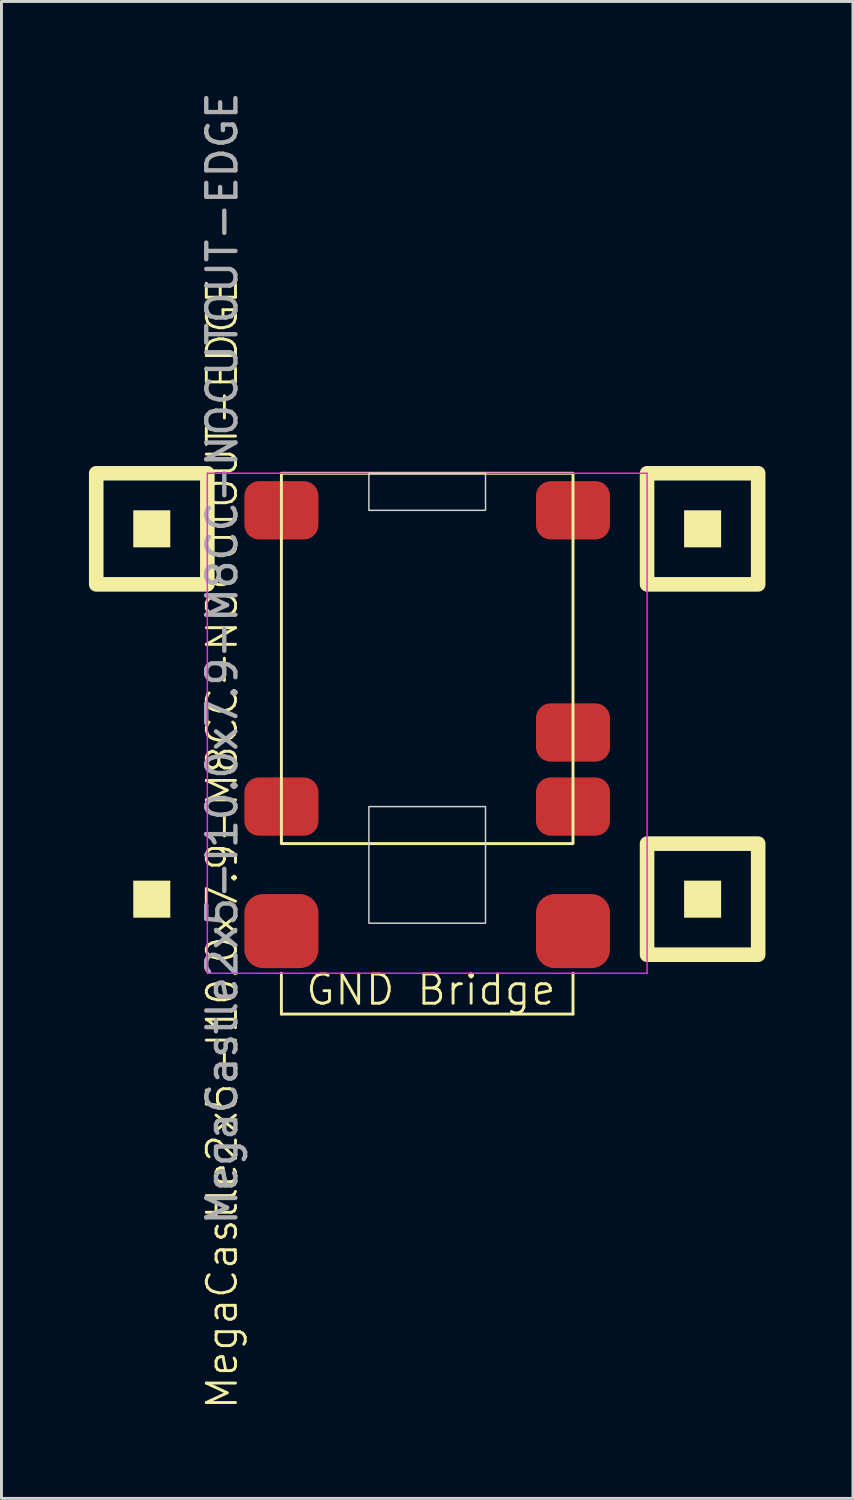
<source format=kicad_pcb>
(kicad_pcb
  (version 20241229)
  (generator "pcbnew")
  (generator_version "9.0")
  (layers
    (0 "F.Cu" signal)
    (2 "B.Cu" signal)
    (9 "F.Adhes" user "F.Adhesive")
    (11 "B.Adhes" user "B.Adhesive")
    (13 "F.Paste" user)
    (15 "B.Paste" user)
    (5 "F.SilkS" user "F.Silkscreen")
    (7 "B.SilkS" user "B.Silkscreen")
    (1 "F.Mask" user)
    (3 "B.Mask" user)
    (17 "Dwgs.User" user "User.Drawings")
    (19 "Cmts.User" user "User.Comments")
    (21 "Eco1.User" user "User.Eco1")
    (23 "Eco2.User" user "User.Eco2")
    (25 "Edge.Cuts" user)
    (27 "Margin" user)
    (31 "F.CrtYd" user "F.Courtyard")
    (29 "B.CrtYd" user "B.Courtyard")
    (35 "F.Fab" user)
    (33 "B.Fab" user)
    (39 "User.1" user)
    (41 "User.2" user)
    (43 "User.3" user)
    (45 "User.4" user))
  (footprint "MegaCastle2x5-I10.0x7.9-M8CC-NOCUTOUT-EDGE"
    (layer "F.Cu")
    (at 11.6 19.53)
    (property "Reference" "MegaCastle2x5-I10.0x7.9-M8CC-NOCUTOUT-EDGE" (at -7.032 6.35 90) (unlocked yes) (layer "F.SilkS") (effects (font (size 1 1) (thickness 0.1))))
    (attr smd)
    (fp_line (start -5 10.795) (end -5 12.195) (stroke (width 0.1) (type default)) (layer "F.SilkS"))
    (fp_line (start -5 12.195) (end 5 12.195) (stroke (width 0.1) (type default)) (layer "F.SilkS"))
    (fp_line (start 5 10.795) (end 5 12.195) (stroke (width 0.1) (type default)) (layer "F.SilkS"))
    (fp_rect (start -8.81 -3.81) (end -10.08 -5.08) (stroke (width 0) (type solid)) (fill yes) (layer "F.SilkS"))
    (fp_rect (start -8.81 8.89) (end -10.08 7.62) (stroke (width 0) (type solid)) (fill yes) (layer "F.SilkS"))
    (fp_rect (start -7.54 -2.54) (end -11.35 -6.35) (stroke (width 0.5) (type default)) (fill no) (layer "F.SilkS"))
    (fp_rect (start -5 -6.35) (end 5 6.35) (stroke (width 0.1) (type default)) (fill no) (layer "F.SilkS"))
    (fp_rect (start 10.08 -3.81) (end 8.81 -5.08) (stroke (width 0) (type solid)) (fill yes) (layer "F.SilkS"))
    (fp_rect (start 10.08 8.89) (end 8.81 7.62) (stroke (width 0) (type solid)) (fill yes) (layer "F.SilkS"))
    (fp_rect (start 11.35 -2.54) (end 7.54 -6.35) (stroke (width 0.5) (type default)) (fill no) (layer "F.SilkS"))
    (fp_rect (start 11.35 10.16) (end 7.54 6.35) (stroke (width 0.5) (type default)) (fill no) (layer "F.SilkS"))
    (fp_rect (start -2 -5.08) (end 2 -6.35) (stroke (width 0.05) (type default)) (fill no) (layer "Edge.Cuts"))
    (fp_rect (start -2 5.08) (end 2 9.08) (stroke (width 0.05) (type default)) (fill no) (layer "Edge.Cuts"))
    (fp_line (start -7.54 -6.35) (end -7.54 10.795) (stroke (width 0.05) (type default)) (layer "F.CrtYd"))
    (fp_line (start -7.54 10.795) (end 7.54 10.795) (stroke (width 0.05) (type default)) (layer "F.CrtYd"))
    (fp_line (start 7.54 -6.35) (end -7.54 -6.35) (stroke (width 0.05) (type default)) (layer "F.CrtYd"))
    (fp_line (start 7.54 -6.35) (end 7.54 10.795) (stroke (width 0.05) (type default)) (layer "F.CrtYd"))
    (fp_text user "GND Bridge" (at -4.226 11.95 0) (unlocked yes) (layer "F.SilkS") (effects (font (size 1 1) (thickness 0.1)) (justify left bottom)))
    (fp_text user "${REFERENCE}" (at -7.032 0 90) (unlocked yes) (layer "F.Fab") (effects (font (size 1 1) (thickness 0.15))))
    (pad "1" smd roundrect (at -5 -5.08) (size 2.54 2) (layers "F.Cu" "F.Mask" "F.Paste") (roundrect_rratio 0.25))
    (pad "5" smd roundrect (at -5 5.08) (size 2.54 2) (layers "F.Cu" "F.Mask" "F.Paste") (roundrect_rratio 0.25))
    (pad "6" smd roundrect (at 5 -5.08) (size 2.54 2) (layers "F.Cu" "F.Mask" "F.Paste") (roundrect_rratio 0.25))
    (pad "9" smd roundrect (at 5 2.54) (size 2.54 2) (layers "F.Cu" "F.Mask" "F.Paste") (roundrect_rratio 0.25))
    (pad "10" smd roundrect (at 5 5.08) (size 2.54 2) (layers "F.Cu" "F.Mask" "F.Paste") (roundrect_rratio 0.25))
    (pad "B1" smd roundrect (at -5 9.35) (size 2.54 2.54) (layers "F.Cu" "F.Mask" "F.Paste") (roundrect_rratio 0.25))
    (pad "B2" smd roundrect (at 5 9.35) (size 2.54 2.54) (layers "F.Cu" "F.Mask" "F.Paste") (roundrect_rratio 0.25)))
  (gr_rect
    (start -3 -3)
    (end 26.2 48.335)
    (stroke (width 0.1) (type default))
    (fill no)
    (layer "Edge.Cuts")))
</source>
